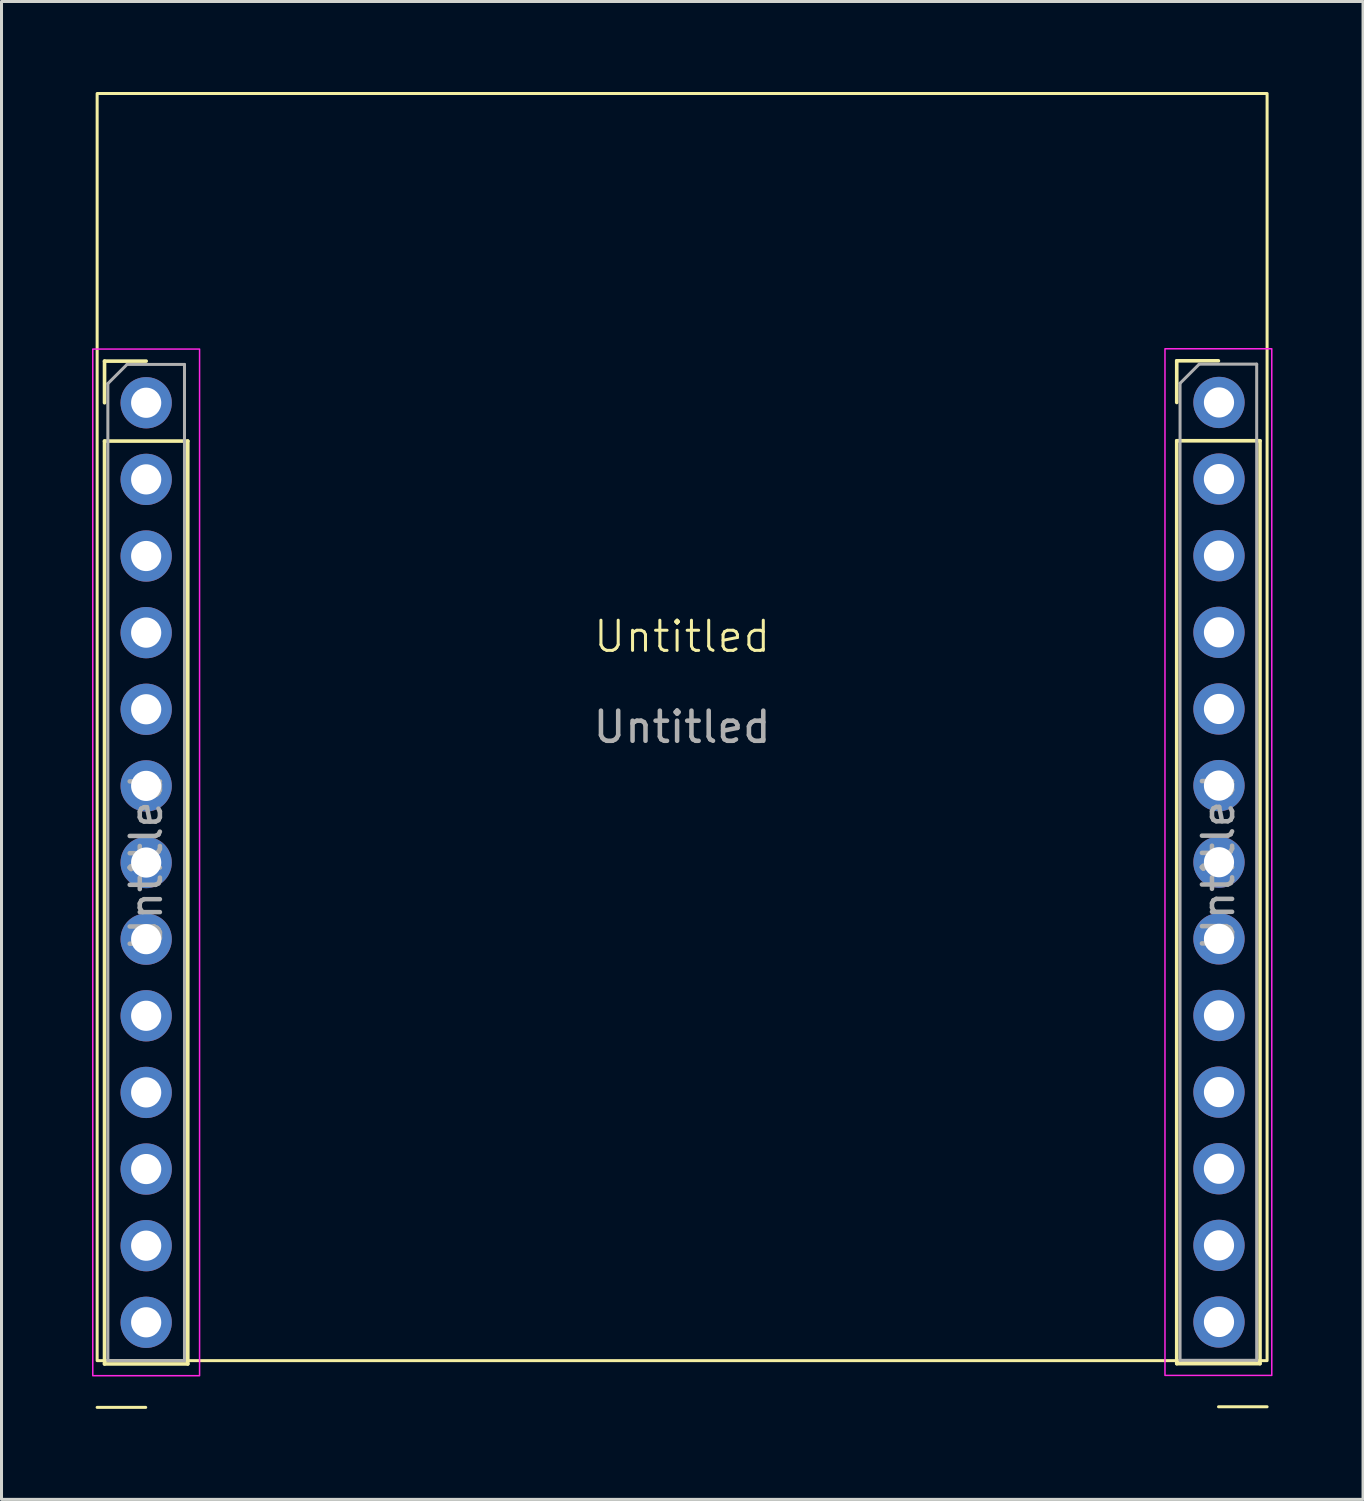
<source format=kicad_pcb>
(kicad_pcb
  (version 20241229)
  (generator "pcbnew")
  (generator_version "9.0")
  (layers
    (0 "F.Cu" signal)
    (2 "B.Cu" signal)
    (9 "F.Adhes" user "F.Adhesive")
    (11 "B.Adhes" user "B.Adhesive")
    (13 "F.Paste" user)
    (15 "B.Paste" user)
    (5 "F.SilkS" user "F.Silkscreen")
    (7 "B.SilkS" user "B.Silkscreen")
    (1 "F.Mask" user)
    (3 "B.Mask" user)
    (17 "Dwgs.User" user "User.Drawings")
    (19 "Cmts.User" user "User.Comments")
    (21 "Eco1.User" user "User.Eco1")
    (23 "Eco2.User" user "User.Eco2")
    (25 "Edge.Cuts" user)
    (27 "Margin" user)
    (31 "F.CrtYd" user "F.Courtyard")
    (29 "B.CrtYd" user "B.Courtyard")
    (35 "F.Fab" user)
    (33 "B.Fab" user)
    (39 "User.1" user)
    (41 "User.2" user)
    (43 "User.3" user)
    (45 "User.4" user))
  (footprint "Untitled"
    (layer "F.Cu")
    (at 19.625 21.99)
    (property "Reference" "Untitled" (at -0.065 -3.94 0) (unlocked yes) (layer "F.SilkS") (effects (font (size 1 1) (thickness 0.1))))
    (attr smd)
    (fp_line (start -19.455 21.61) (end -17.845 21.61) (stroke (width 0.1) (type solid)) (layer "F.SilkS"))
    (fp_line (start -19.21 -13.07) (end -17.83 -13.07) (stroke (width 0.12) (type solid)) (layer "F.SilkS"))
    (fp_line (start -19.21 -11.69) (end -19.21 -13.07) (stroke (width 0.12) (type solid)) (layer "F.SilkS"))
    (fp_line (start -19.21 -10.42) (end -19.21 20.17) (stroke (width 0.12) (type solid)) (layer "F.SilkS"))
    (fp_line (start -19.21 -10.42) (end -16.45 -10.42) (stroke (width 0.12) (type solid)) (layer "F.SilkS"))
    (fp_line (start -19.21 20.17) (end -16.45 20.17) (stroke (width 0.12) (type solid)) (layer "F.SilkS"))
    (fp_line (start -16.45 -10.42) (end -16.45 20.17) (stroke (width 0.12) (type solid)) (layer "F.SilkS"))
    (fp_line (start 16.33 -13.08) (end 17.71 -13.08) (stroke (width 0.12) (type solid)) (layer "F.SilkS"))
    (fp_line (start 16.33 -11.7) (end 16.33 -13.08) (stroke (width 0.12) (type solid)) (layer "F.SilkS"))
    (fp_line (start 16.33 -10.43) (end 16.33 20.16) (stroke (width 0.12) (type solid)) (layer "F.SilkS"))
    (fp_line (start 16.33 -10.43) (end 19.09 -10.43) (stroke (width 0.12) (type solid)) (layer "F.SilkS"))
    (fp_line (start 16.33 20.16) (end 19.09 20.16) (stroke (width 0.12) (type solid)) (layer "F.SilkS"))
    (fp_line (start 19.09 -10.43) (end 19.09 20.16) (stroke (width 0.12) (type solid)) (layer "F.SilkS"))
    (fp_line (start 19.325 21.59) (end 17.715 21.59) (stroke (width 0.1) (type solid)) (layer "F.SilkS"))
    (fp_rect (start -19.455 -21.94) (end 19.325 20.06) (stroke (width 0.1) (type solid)) (fill no) (layer "F.SilkS"))
    (fp_rect (start -19.6 -13.47) (end -16.06 20.56) (stroke (width 0.05) (type solid)) (fill no) (layer "F.CrtYd"))
    (fp_rect (start 15.94 -13.48) (end 19.48 20.55) (stroke (width 0.05) (type solid)) (fill no) (layer "F.CrtYd"))
    (fp_line (start -19.1 -12.325) (end -18.465 -12.96) (stroke (width 0.1) (type solid)) (layer "F.Fab"))
    (fp_line (start -19.1 20.06) (end -19.1 -12.325) (stroke (width 0.1) (type solid)) (layer "F.Fab"))
    (fp_line (start -18.465 -12.96) (end -16.56 -12.96) (stroke (width 0.1) (type solid)) (layer "F.Fab"))
    (fp_line (start -16.56 -12.96) (end -16.56 20.06) (stroke (width 0.1) (type solid)) (layer "F.Fab"))
    (fp_line (start -16.56 20.06) (end -19.1 20.06) (stroke (width 0.1) (type solid)) (layer "F.Fab"))
    (fp_line (start 16.44 -12.335) (end 17.075 -12.97) (stroke (width 0.1) (type solid)) (layer "F.Fab"))
    (fp_line (start 16.44 20.05) (end 16.44 -12.335) (stroke (width 0.1) (type solid)) (layer "F.Fab"))
    (fp_line (start 17.075 -12.97) (end 18.98 -12.97) (stroke (width 0.1) (type solid)) (layer "F.Fab"))
    (fp_line (start 18.98 -12.97) (end 18.98 20.05) (stroke (width 0.1) (type solid)) (layer "F.Fab"))
    (fp_line (start 18.98 20.05) (end 16.44 20.05) (stroke (width 0.1) (type solid)) (layer "F.Fab"))
    (fp_text user "${REFERENCE}" (at -17.83 3.55 90) (layer "F.Fab") (effects (font (size 1 1) (thickness 0.15))))
    (fp_text user "${REFERENCE}" (at -0.065 -0.94 0) (unlocked yes) (layer "F.Fab") (effects (font (size 1 1) (thickness 0.15))))
    (fp_text user "${REFERENCE}" (at 17.71 3.54 90) (layer "F.Fab") (effects (font (size 1 1) (thickness 0.15))))
    (pad "1" thru_hole circle (at -17.83 -11.69) (size 1.7 1.7) (drill 1) (layers "*.Cu" "*.Mask"))
    (pad "2" thru_hole circle (at -17.83 -9.15) (size 1.7 1.7) (drill 1) (layers "*.Cu" "*.Mask"))
    (pad "3" thru_hole circle (at -17.83 -6.61) (size 1.7 1.7) (drill 1) (layers "*.Cu" "*.Mask"))
    (pad "4" thru_hole circle (at -17.83 -4.07) (size 1.7 1.7) (drill 1) (layers "*.Cu" "*.Mask"))
    (pad "5" thru_hole circle (at -17.83 -1.53) (size 1.7 1.7) (drill 1) (layers "*.Cu" "*.Mask"))
    (pad "6" thru_hole circle (at -17.83 1.01) (size 1.7 1.7) (drill 1) (layers "*.Cu" "*.Mask"))
    (pad "7" thru_hole circle (at -17.83 3.55) (size 1.7 1.7) (drill 1) (layers "*.Cu" "*.Mask"))
    (pad "8" thru_hole circle (at -17.83 6.09) (size 1.7 1.7) (drill 1) (layers "*.Cu" "*.Mask"))
    (pad "9" thru_hole circle (at -17.83 8.63) (size 1.7 1.7) (drill 1) (layers "*.Cu" "*.Mask"))
    (pad "10" thru_hole circle (at -17.83 11.17) (size 1.7 1.7) (drill 1) (layers "*.Cu" "*.Mask"))
    (pad "11" thru_hole circle (at -17.83 13.71) (size 1.7 1.7) (drill 1) (layers "*.Cu" "*.Mask"))
    (pad "12" thru_hole circle (at -17.83 16.25) (size 1.7 1.7) (drill 1) (layers "*.Cu" "*.Mask"))
    (pad "13" thru_hole circle (at -17.83 18.79) (size 1.7 1.7) (drill 1) (layers "*.Cu" "*.Mask"))
    (pad "14" thru_hole circle (at 17.73 18.78) (size 1.7 1.7) (drill 1) (layers "*.Cu" "*.Mask"))
    (pad "15" thru_hole circle (at 17.73 16.24) (size 1.7 1.7) (drill 1) (layers "*.Cu" "*.Mask"))
    (pad "16" thru_hole circle (at 17.73 13.7) (size 1.7 1.7) (drill 1) (layers "*.Cu" "*.Mask"))
    (pad "17" thru_hole circle (at 17.73 11.16) (size 1.7 1.7) (drill 1) (layers "*.Cu" "*.Mask"))
    (pad "18" thru_hole circle (at 17.73 8.62) (size 1.7 1.7) (drill 1) (layers "*.Cu" "*.Mask"))
    (pad "19" thru_hole circle (at 17.73 6.08) (size 1.7 1.7) (drill 1) (layers "*.Cu" "*.Mask"))
    (pad "20" thru_hole circle (at 17.73 3.54) (size 1.7 1.7) (drill 1) (layers "*.Cu" "*.Mask"))
    (pad "21" thru_hole circle (at 17.73 1) (size 1.7 1.7) (drill 1) (layers "*.Cu" "*.Mask"))
    (pad "22" thru_hole circle (at 17.73 -1.54) (size 1.7 1.7) (drill 1) (layers "*.Cu" "*.Mask"))
    (pad "23" thru_hole circle (at 17.73 -4.08) (size 1.7 1.7) (drill 1) (layers "*.Cu" "*.Mask"))
    (pad "24" thru_hole circle (at 17.73 -6.62) (size 1.7 1.7) (drill 1) (layers "*.Cu" "*.Mask"))
    (pad "25" thru_hole circle (at 17.73 -9.16) (size 1.7 1.7) (drill 1) (layers "*.Cu" "*.Mask"))
    (pad "26" thru_hole circle (at 17.73 -11.7) (size 1.7 1.7) (drill 1) (layers "*.Cu" "*.Mask")))
  (gr_rect
    (start -3 -3)
    (end 42.13 46.65)
    (stroke (width 0.1) (type default))
    (fill no)
    (layer "Edge.Cuts")))
</source>
